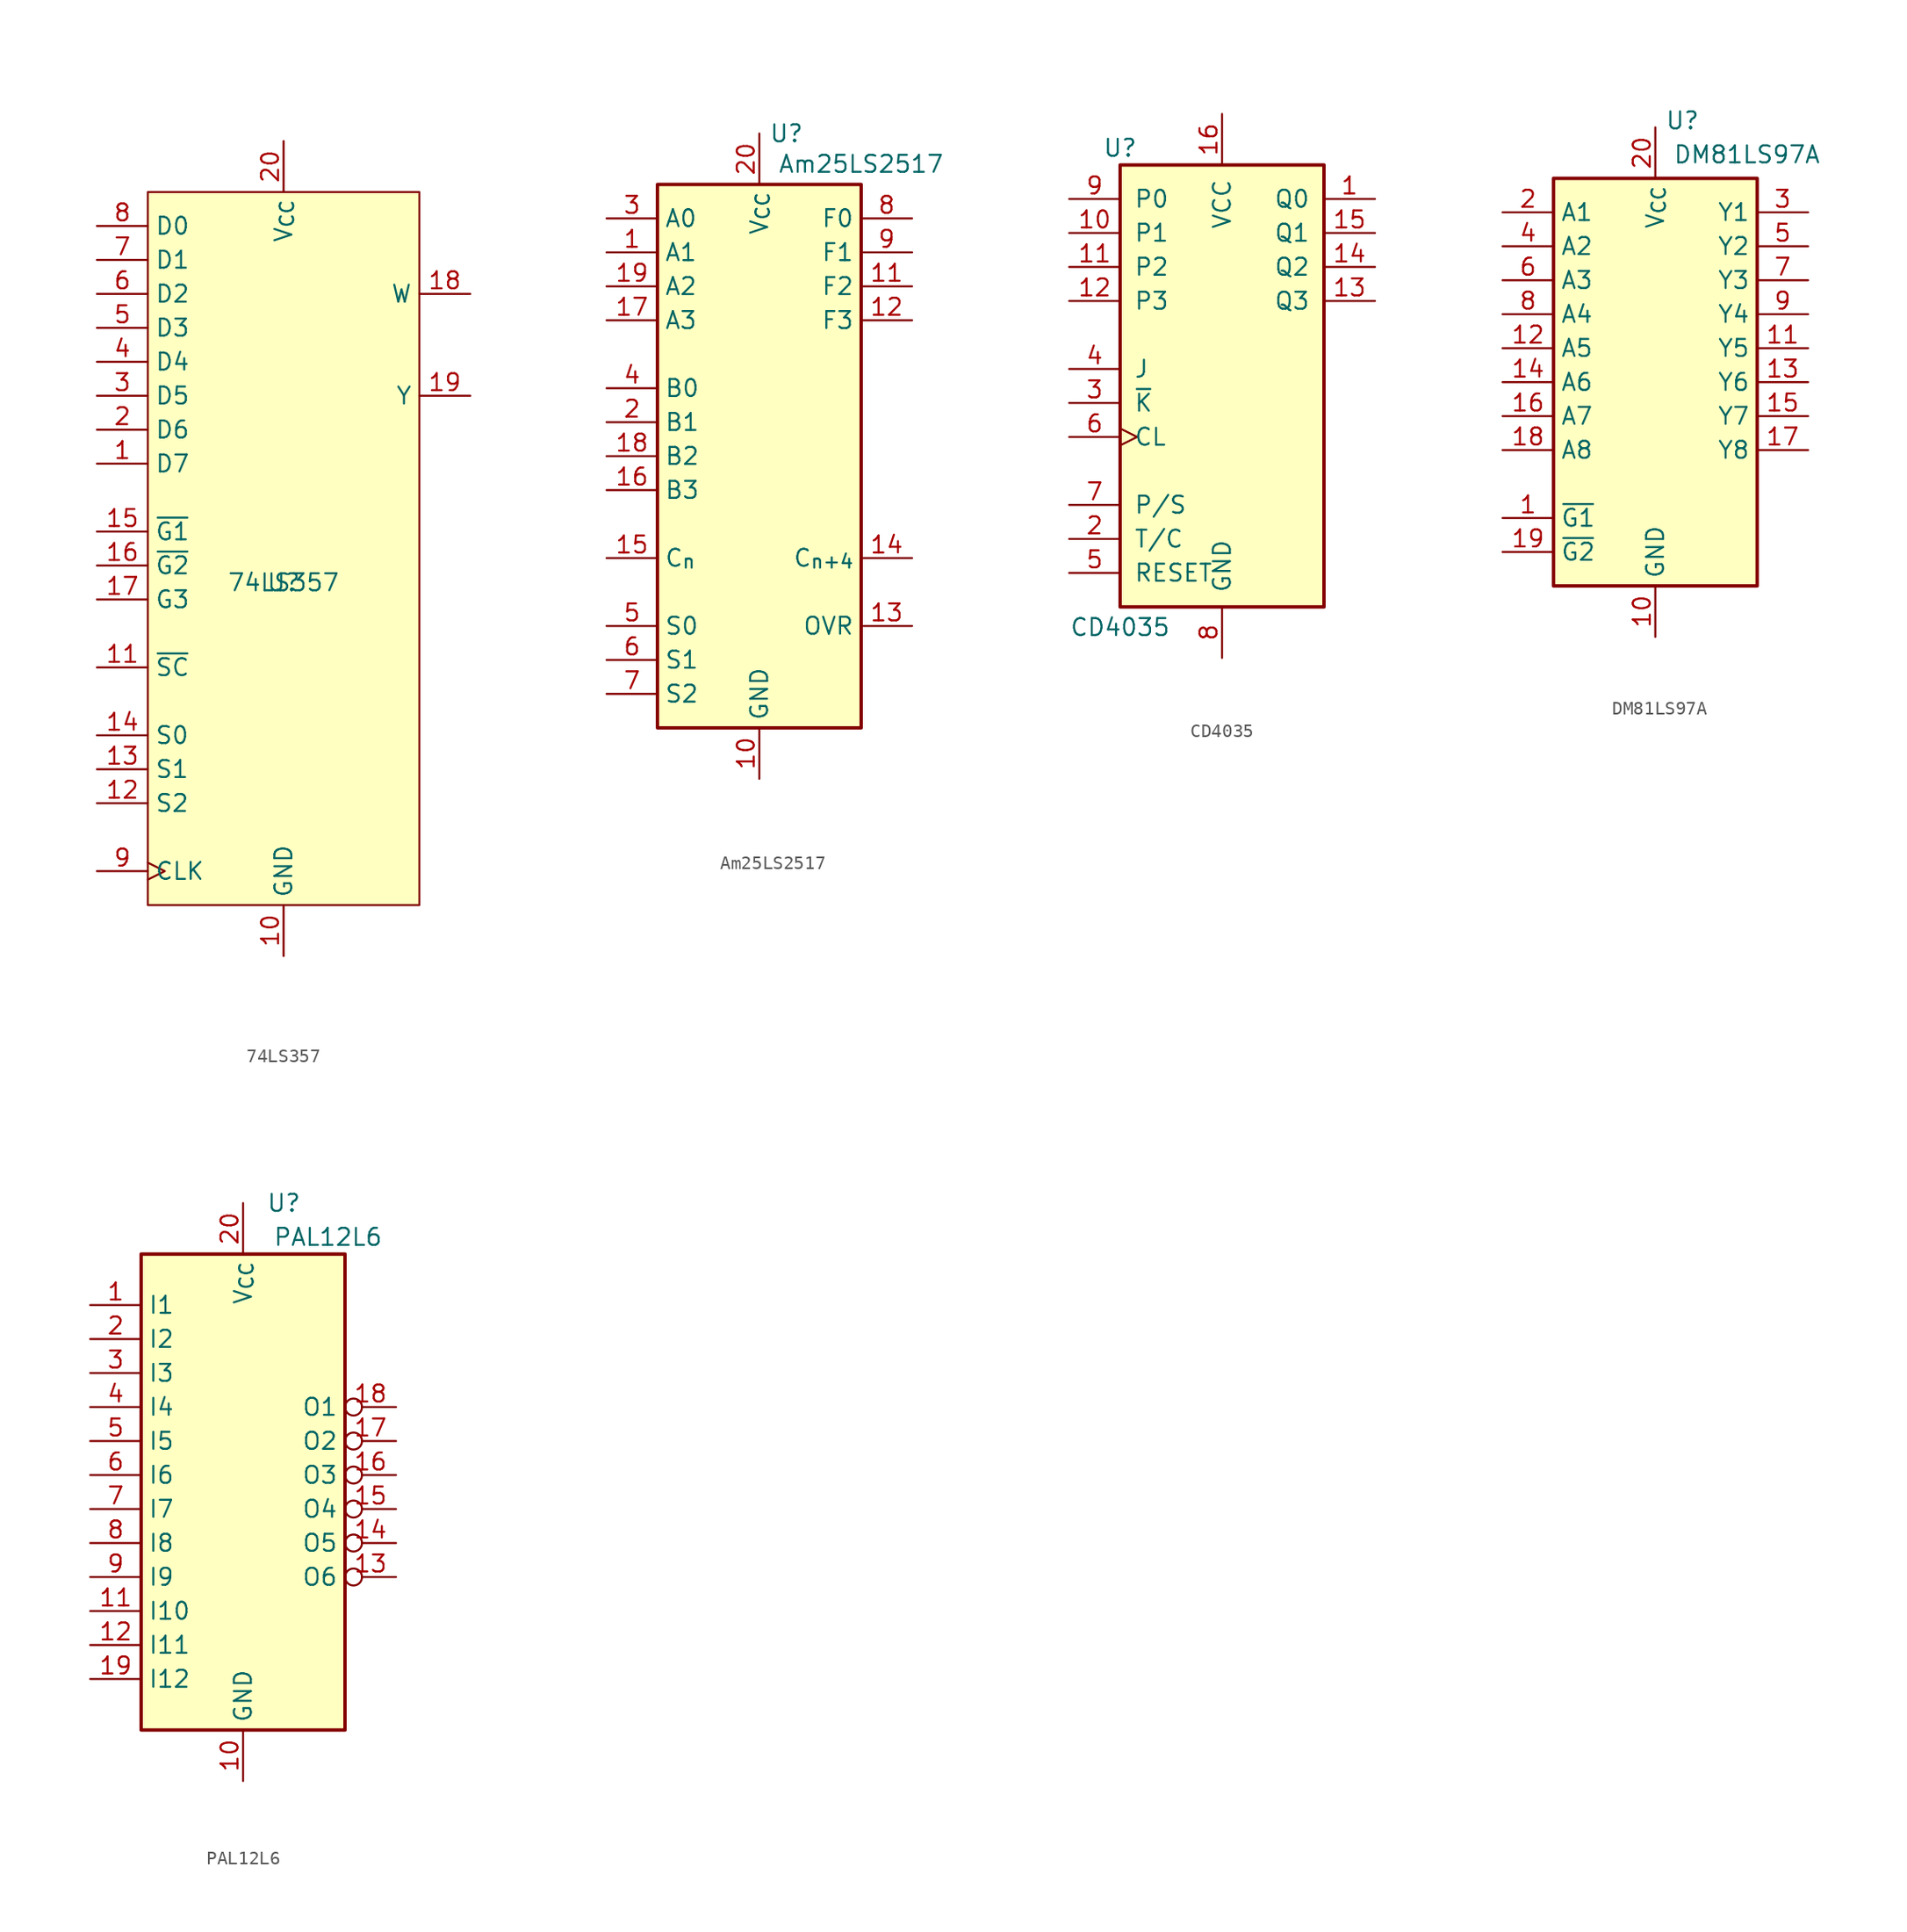
<source format=kicad_sym>
(kicad_symbol_lib
  (version 20231120)
  (generator "kicad_symbol_editor")
  (generator_version "8.0")
  (symbol "74LS357"
    (property "Reference" "U"
      (at 0 -2.54 0)
      (effects (font (size 1.27 1.27))))
    (property "Value" "74LS357"
      (at 0 -2.54 0)
      (effects (font (size 1.27 1.27))))
    (symbol "74LS357_1_1"
      (rectangle (start -10.16 26.67) (end 10.16 -26.67) (stroke (width 0) (type default)) (fill (type background)))
      (pin input line (at -13.97 6.35 0) (length 3.81) (name "D7" (effects (font (size 1.27 1.27)))) (number "1" (effects (font (size 1.27 1.27)))))
      (pin power_in line (at 0 -30.48 90) (length 3.81) (name "GND" (effects (font (size 1.27 1.27)))) (number "10" (effects (font (size 1.27 1.27)))))
      (pin input line (at -13.97 -8.89 0) (length 3.81) (name "~{SC}" (effects (font (size 1.27 1.27)))) (number "11" (effects (font (size 1.27 1.27)))))
      (pin input line (at -13.97 -19.05 0) (length 3.81) (name "S2" (effects (font (size 1.27 1.27)))) (number "12" (effects (font (size 1.27 1.27)))))
      (pin input line (at -13.97 -16.51 0) (length 3.81) (name "S1" (effects (font (size 1.27 1.27)))) (number "13" (effects (font (size 1.27 1.27)))))
      (pin input line (at -13.97 -13.97 0) (length 3.81) (name "S0" (effects (font (size 1.27 1.27)))) (number "14" (effects (font (size 1.27 1.27)))))
      (pin input line (at -13.97 1.27 0) (length 3.81) (name "~{G1}" (effects (font (size 1.27 1.27)))) (number "15" (effects (font (size 1.27 1.27)))))
      (pin input line (at -13.97 -1.27 0) (length 3.81) (name "~{G2}" (effects (font (size 1.27 1.27)))) (number "16" (effects (font (size 1.27 1.27)))))
      (pin input line (at -13.97 -3.81 0) (length 3.81) (name "G3" (effects (font (size 1.27 1.27)))) (number "17" (effects (font (size 1.27 1.27)))))
      (pin open_collector line (at 13.97 19.05 180) (length 3.81) (name "W" (effects (font (size 1.27 1.27)))) (number "18" (effects (font (size 1.27 1.27)))))
      (pin open_collector line (at 13.97 11.43 180) (length 3.81) (name "Y" (effects (font (size 1.27 1.27)))) (number "19" (effects (font (size 1.27 1.27)))))
      (pin input line (at -13.97 8.89 0) (length 3.81) (name "D6" (effects (font (size 1.27 1.27)))) (number "2" (effects (font (size 1.27 1.27)))))
      (pin power_in line (at 0 30.48 270) (length 3.81) (name "V_{CC}" (effects (font (size 1.27 1.27)))) (number "20" (effects (font (size 1.27 1.27)))))
      (pin input line (at -13.97 11.43 0) (length 3.81) (name "D5" (effects (font (size 1.27 1.27)))) (number "3" (effects (font (size 1.27 1.27)))))
      (pin input line (at -13.97 13.97 0) (length 3.81) (name "D4" (effects (font (size 1.27 1.27)))) (number "4" (effects (font (size 1.27 1.27)))))
      (pin input line (at -13.97 16.51 0) (length 3.81) (name "D3" (effects (font (size 1.27 1.27)))) (number "5" (effects (font (size 1.27 1.27)))))
      (pin input line (at -13.97 19.05 0) (length 3.81) (name "D2" (effects (font (size 1.27 1.27)))) (number "6" (effects (font (size 1.27 1.27)))))
      (pin input line (at -13.97 21.59 0) (length 3.81) (name "D1" (effects (font (size 1.27 1.27)))) (number "7" (effects (font (size 1.27 1.27)))))
      (pin input line (at -13.97 24.13 0) (length 3.81) (name "D0" (effects (font (size 1.27 1.27)))) (number "8" (effects (font (size 1.27 1.27)))))
      (pin input clock (at -13.97 -24.13 0) (length 3.81) (name "CLK" (effects (font (size 1.27 1.27)))) (number "9" (effects (font (size 1.27 1.27)))))))
  (symbol "Am25LS2517"
    (property "Reference" "U"
      (at 3.302 24.13 0)
      (effects (font (size 1.27 1.27))))
    (property "Value" "Am25LS2517"
      (at 8.89 21.844 0)
      (effects (font (size 1.27 1.27))))
    (symbol "Am25LS2517_1_1"
      (rectangle (start -6.35 20.32) (end 8.89 -20.32) (stroke (width 0.254) (type default)) (fill (type background)))
      (pin input line (at -10.16 15.24 0) (length 3.81) (name "A1" (effects (font (size 1.27 1.27)))) (number "1" (effects (font (size 1.27 1.27)))))
      (pin power_in line (at 1.27 -24.13 90) (length 3.81) (name "GND" (effects (font (size 1.27 1.27)))) (number "10" (effects (font (size 1.27 1.27)))))
      (pin output line (at 12.7 12.7 180) (length 3.81) (name "F2" (effects (font (size 1.27 1.27)))) (number "11" (effects (font (size 1.27 1.27)))))
      (pin output line (at 12.7 10.16 180) (length 3.81) (name "F3" (effects (font (size 1.27 1.27)))) (number "12" (effects (font (size 1.27 1.27)))))
      (pin output line (at 12.7 -12.7 180) (length 3.81) (name "OVR" (effects (font (size 1.27 1.27)))) (number "13" (effects (font (size 1.27 1.27)))))
      (pin output line (at 12.7 -7.62 180) (length 3.81) (name "C_{n+4}" (effects (font (size 1.27 1.27)))) (number "14" (effects (font (size 1.27 1.27)))))
      (pin input line (at -10.16 -7.62 0) (length 3.81) (name "C_{n}" (effects (font (size 1.27 1.27)))) (number "15" (effects (font (size 1.27 1.27)))))
      (pin input line (at -10.16 -2.54 0) (length 3.81) (name "B3" (effects (font (size 1.27 1.27)))) (number "16" (effects (font (size 1.27 1.27)))))
      (pin input line (at -10.16 10.16 0) (length 3.81) (name "A3" (effects (font (size 1.27 1.27)))) (number "17" (effects (font (size 1.27 1.27)))))
      (pin input line (at -10.16 0 0) (length 3.81) (name "B2" (effects (font (size 1.27 1.27)))) (number "18" (effects (font (size 1.27 1.27)))))
      (pin input line (at -10.16 12.7 0) (length 3.81) (name "A2" (effects (font (size 1.27 1.27)))) (number "19" (effects (font (size 1.27 1.27)))))
      (pin input line (at -10.16 2.54 0) (length 3.81) (name "B1" (effects (font (size 1.27 1.27)))) (number "2" (effects (font (size 1.27 1.27)))))
      (pin power_in line (at 1.27 24.13 270) (length 3.81) (name "V_{CC}" (effects (font (size 1.27 1.27)))) (number "20" (effects (font (size 1.27 1.27)))))
      (pin input line (at -10.16 17.78 0) (length 3.81) (name "A0" (effects (font (size 1.27 1.27)))) (number "3" (effects (font (size 1.27 1.27)))))
      (pin input line (at -10.16 5.08 0) (length 3.81) (name "B0" (effects (font (size 1.27 1.27)))) (number "4" (effects (font (size 1.27 1.27)))))
      (pin input line (at -10.16 -12.7 0) (length 3.81) (name "S0" (effects (font (size 1.27 1.27)))) (number "5" (effects (font (size 1.27 1.27)))))
      (pin input line (at -10.16 -15.24 0) (length 3.81) (name "S1" (effects (font (size 1.27 1.27)))) (number "6" (effects (font (size 1.27 1.27)))))
      (pin input line (at -10.16 -17.78 0) (length 3.81) (name "S2" (effects (font (size 1.27 1.27)))) (number "7" (effects (font (size 1.27 1.27)))))
      (pin output line (at 12.7 17.78 180) (length 3.81) (name "F0" (effects (font (size 1.27 1.27)))) (number "8" (effects (font (size 1.27 1.27)))))
      (pin output line (at 12.7 15.24 180) (length 3.81) (name "F1" (effects (font (size 1.27 1.27)))) (number "9" (effects (font (size 1.27 1.27)))))))
  (symbol "CD4035"
    (pin_names
      (offset 1.016))
    (property "Reference" "U"
      (at -7.62 17.78 0)
      (effects (font (size 1.27 1.27))))
    (property "Value" "CD4035"
      (at -7.62 -18.034 0)
      (effects (font (size 1.27 1.27))))
    (symbol "CD4035_1_0"
      (pin output line (at 11.43 13.97 180) (length 3.81) (name "Q0" (effects (font (size 1.27 1.27)))) (number "1" (effects (font (size 1.27 1.27)))))
      (pin input line (at -11.43 11.43 0) (length 3.81) (name "P1" (effects (font (size 1.27 1.27)))) (number "10" (effects (font (size 1.27 1.27)))))
      (pin input line (at -11.43 8.89 0) (length 3.81) (name "P2" (effects (font (size 1.27 1.27)))) (number "11" (effects (font (size 1.27 1.27)))))
      (pin input line (at -11.43 6.35 0) (length 3.81) (name "P3" (effects (font (size 1.27 1.27)))) (number "12" (effects (font (size 1.27 1.27)))))
      (pin output line (at 11.43 6.35 180) (length 3.81) (name "Q3" (effects (font (size 1.27 1.27)))) (number "13" (effects (font (size 1.27 1.27)))))
      (pin output line (at 11.43 8.89 180) (length 3.81) (name "Q2" (effects (font (size 1.27 1.27)))) (number "14" (effects (font (size 1.27 1.27)))))
      (pin output line (at 11.43 11.43 180) (length 3.81) (name "Q1" (effects (font (size 1.27 1.27)))) (number "15" (effects (font (size 1.27 1.27)))))
      (pin power_in line (at 0 20.32 270) (length 3.81) (name "VCC" (effects (font (size 1.27 1.27)))) (number "16" (effects (font (size 1.27 1.27)))))
      (pin input line (at -11.43 -11.43 0) (length 3.81) (name "T/C" (effects (font (size 1.27 1.27)))) (number "2" (effects (font (size 1.27 1.27)))))
      (pin input line (at -11.43 -1.27 0) (length 3.81) (name "~{K}" (effects (font (size 1.27 1.27)))) (number "3" (effects (font (size 1.27 1.27)))))
      (pin input line (at -11.43 1.27 0) (length 3.81) (name "J" (effects (font (size 1.27 1.27)))) (number "4" (effects (font (size 1.27 1.27)))))
      (pin input line (at -11.43 -13.97 0) (length 3.81) (name "RESET" (effects (font (size 1.27 1.27)))) (number "5" (effects (font (size 1.27 1.27)))))
      (pin input clock (at -11.43 -3.81 0) (length 3.81) (name "CL" (effects (font (size 1.27 1.27)))) (number "6" (effects (font (size 1.27 1.27)))))
      (pin input line (at -11.43 -8.89 0) (length 3.81) (name "P/S" (effects (font (size 1.27 1.27)))) (number "7" (effects (font (size 1.27 1.27)))))
      (pin power_in line (at 0 -20.32 90) (length 3.81) (name "GND" (effects (font (size 1.27 1.27)))) (number "8" (effects (font (size 1.27 1.27)))))
      (pin input line (at -11.43 13.97 0) (length 3.81) (name "P0" (effects (font (size 1.27 1.27)))) (number "9" (effects (font (size 1.27 1.27))))))
    (symbol "CD4035_1_1"
      (rectangle (start -7.62 16.51) (end 7.62 -16.51) (stroke (width 0.254) (type default)) (fill (type background)))))
  (symbol "DM81LS97A"
    (property "Reference" "U"
      (at 2.032 19.558 0)
      (effects (font (size 1.27 1.27))))
    (property "Value" "DM81LS97A"
      (at 6.858 17.018 0)
      (effects (font (size 1.27 1.27))))
    (symbol "DM81LS97A_1_1"
      (rectangle (start -7.62 15.24) (end 7.62 -15.24) (stroke (width 0.254) (type default)) (fill (type background)))
      (pin input line (at -11.43 -10.16 0) (length 3.81) (name "~{G1}" (effects (font (size 1.27 1.27)))) (number "1" (effects (font (size 1.27 1.27)))))
      (pin power_in line (at 0 -19.05 90) (length 3.81) (name "GND" (effects (font (size 1.27 1.27)))) (number "10" (effects (font (size 1.27 1.27)))))
      (pin tri_state line (at 11.43 2.54 180) (length 3.81) (name "Y5" (effects (font (size 1.27 1.27)))) (number "11" (effects (font (size 1.27 1.27)))))
      (pin input line (at -11.43 2.54 0) (length 3.81) (name "A5" (effects (font (size 1.27 1.27)))) (number "12" (effects (font (size 1.27 1.27)))))
      (pin tri_state line (at 11.43 0 180) (length 3.81) (name "Y6" (effects (font (size 1.27 1.27)))) (number "13" (effects (font (size 1.27 1.27)))))
      (pin input line (at -11.43 0 0) (length 3.81) (name "A6" (effects (font (size 1.27 1.27)))) (number "14" (effects (font (size 1.27 1.27)))))
      (pin tri_state line (at 11.43 -2.54 180) (length 3.81) (name "Y7" (effects (font (size 1.27 1.27)))) (number "15" (effects (font (size 1.27 1.27)))))
      (pin input line (at -11.43 -2.54 0) (length 3.81) (name "A7" (effects (font (size 1.27 1.27)))) (number "16" (effects (font (size 1.27 1.27)))))
      (pin tri_state line (at 11.43 -5.08 180) (length 3.81) (name "Y8" (effects (font (size 1.27 1.27)))) (number "17" (effects (font (size 1.27 1.27)))))
      (pin input line (at -11.43 -5.08 0) (length 3.81) (name "A8" (effects (font (size 1.27 1.27)))) (number "18" (effects (font (size 1.27 1.27)))))
      (pin input line (at -11.43 -12.7 0) (length 3.81) (name "~{G2}" (effects (font (size 1.27 1.27)))) (number "19" (effects (font (size 1.27 1.27)))))
      (pin input line (at -11.43 12.7 0) (length 3.81) (name "A1" (effects (font (size 1.27 1.27)))) (number "2" (effects (font (size 1.27 1.27)))))
      (pin power_in line (at 0 19.05 270) (length 3.81) (name "V_{CC}" (effects (font (size 1.27 1.27)))) (number "20" (effects (font (size 1.27 1.27)))))
      (pin tri_state line (at 11.43 12.7 180) (length 3.81) (name "Y1" (effects (font (size 1.27 1.27)))) (number "3" (effects (font (size 1.27 1.27)))))
      (pin input line (at -11.43 10.16 0) (length 3.81) (name "A2" (effects (font (size 1.27 1.27)))) (number "4" (effects (font (size 1.27 1.27)))))
      (pin tri_state line (at 11.43 10.16 180) (length 3.81) (name "Y2" (effects (font (size 1.27 1.27)))) (number "5" (effects (font (size 1.27 1.27)))))
      (pin input line (at -11.43 7.62 0) (length 3.81) (name "A3" (effects (font (size 1.27 1.27)))) (number "6" (effects (font (size 1.27 1.27)))))
      (pin tri_state line (at 11.43 7.62 180) (length 3.81) (name "Y3" (effects (font (size 1.27 1.27)))) (number "7" (effects (font (size 1.27 1.27)))))
      (pin input line (at -11.43 5.08 0) (length 3.81) (name "A4" (effects (font (size 1.27 1.27)))) (number "8" (effects (font (size 1.27 1.27)))))
      (pin tri_state line (at 11.43 5.08 180) (length 3.81) (name "Y4" (effects (font (size 1.27 1.27)))) (number "9" (effects (font (size 1.27 1.27)))))))
  (symbol "PAL12L6"
    (property "Reference" "U"
      (at 3.048 21.59 0)
      (effects (font (size 1.27 1.27))))
    (property "Value" "PAL12L6"
      (at 6.35 19.05 0)
      (effects (font (size 1.27 1.27))))
    (symbol "PAL12L6_1_1"
      (rectangle (start -7.62 17.78) (end 7.62 -17.78) (stroke (width 0.254) (type default)) (fill (type background)))
      (pin input line (at -11.43 13.97 0) (length 3.81) (name "I1" (effects (font (size 1.27 1.27)))) (number "1" (effects (font (size 1.27 1.27)))))
      (pin power_in line (at 0 -21.59 90) (length 3.81) (name "GND" (effects (font (size 1.27 1.27)))) (number "10" (effects (font (size 1.27 1.27)))))
      (pin input line (at -11.43 -8.89 0) (length 3.81) (name "I10" (effects (font (size 1.27 1.27)))) (number "11" (effects (font (size 1.27 1.27)))))
      (pin input line (at -11.43 -11.43 0) (length 3.81) (name "I11" (effects (font (size 1.27 1.27)))) (number "12" (effects (font (size 1.27 1.27)))))
      (pin output inverted (at 11.43 -6.35 180) (length 3.81) (name "O6" (effects (font (size 1.27 1.27)))) (number "13" (effects (font (size 1.27 1.27)))))
      (pin output inverted (at 11.43 -3.81 180) (length 3.81) (name "O5" (effects (font (size 1.27 1.27)))) (number "14" (effects (font (size 1.27 1.27)))))
      (pin output inverted (at 11.43 -1.27 180) (length 3.81) (name "O4" (effects (font (size 1.27 1.27)))) (number "15" (effects (font (size 1.27 1.27)))))
      (pin output inverted (at 11.43 1.27 180) (length 3.81) (name "O3" (effects (font (size 1.27 1.27)))) (number "16" (effects (font (size 1.27 1.27)))))
      (pin output inverted (at 11.43 3.81 180) (length 3.81) (name "O2" (effects (font (size 1.27 1.27)))) (number "17" (effects (font (size 1.27 1.27)))))
      (pin output inverted (at 11.43 6.35 180) (length 3.81) (name "O1" (effects (font (size 1.27 1.27)))) (number "18" (effects (font (size 1.27 1.27)))))
      (pin input line (at -11.43 -13.97 0) (length 3.81) (name "I12" (effects (font (size 1.27 1.27)))) (number "19" (effects (font (size 1.27 1.27)))))
      (pin input line (at -11.43 11.43 0) (length 3.81) (name "I2" (effects (font (size 1.27 1.27)))) (number "2" (effects (font (size 1.27 1.27)))))
      (pin power_in line (at 0 21.59 270) (length 3.81) (name "V_{CC}" (effects (font (size 1.27 1.27)))) (number "20" (effects (font (size 1.27 1.27)))))
      (pin input line (at -11.43 8.89 0) (length 3.81) (name "I3" (effects (font (size 1.27 1.27)))) (number "3" (effects (font (size 1.27 1.27)))))
      (pin input line (at -11.43 6.35 0) (length 3.81) (name "I4" (effects (font (size 1.27 1.27)))) (number "4" (effects (font (size 1.27 1.27)))))
      (pin input line (at -11.43 3.81 0) (length 3.81) (name "I5" (effects (font (size 1.27 1.27)))) (number "5" (effects (font (size 1.27 1.27)))))
      (pin input line (at -11.43 1.27 0) (length 3.81) (name "I6" (effects (font (size 1.27 1.27)))) (number "6" (effects (font (size 1.27 1.27)))))
      (pin input line (at -11.43 -1.27 0) (length 3.81) (name "I7" (effects (font (size 1.27 1.27)))) (number "7" (effects (font (size 1.27 1.27)))))
      (pin input line (at -11.43 -3.81 0) (length 3.81) (name "I8" (effects (font (size 1.27 1.27)))) (number "8" (effects (font (size 1.27 1.27)))))
      (pin input line (at -11.43 -6.35 0) (length 3.81) (name "I9" (effects (font (size 1.27 1.27)))) (number "9" (effects (font (size 1.27 1.27))))))))
</source>
